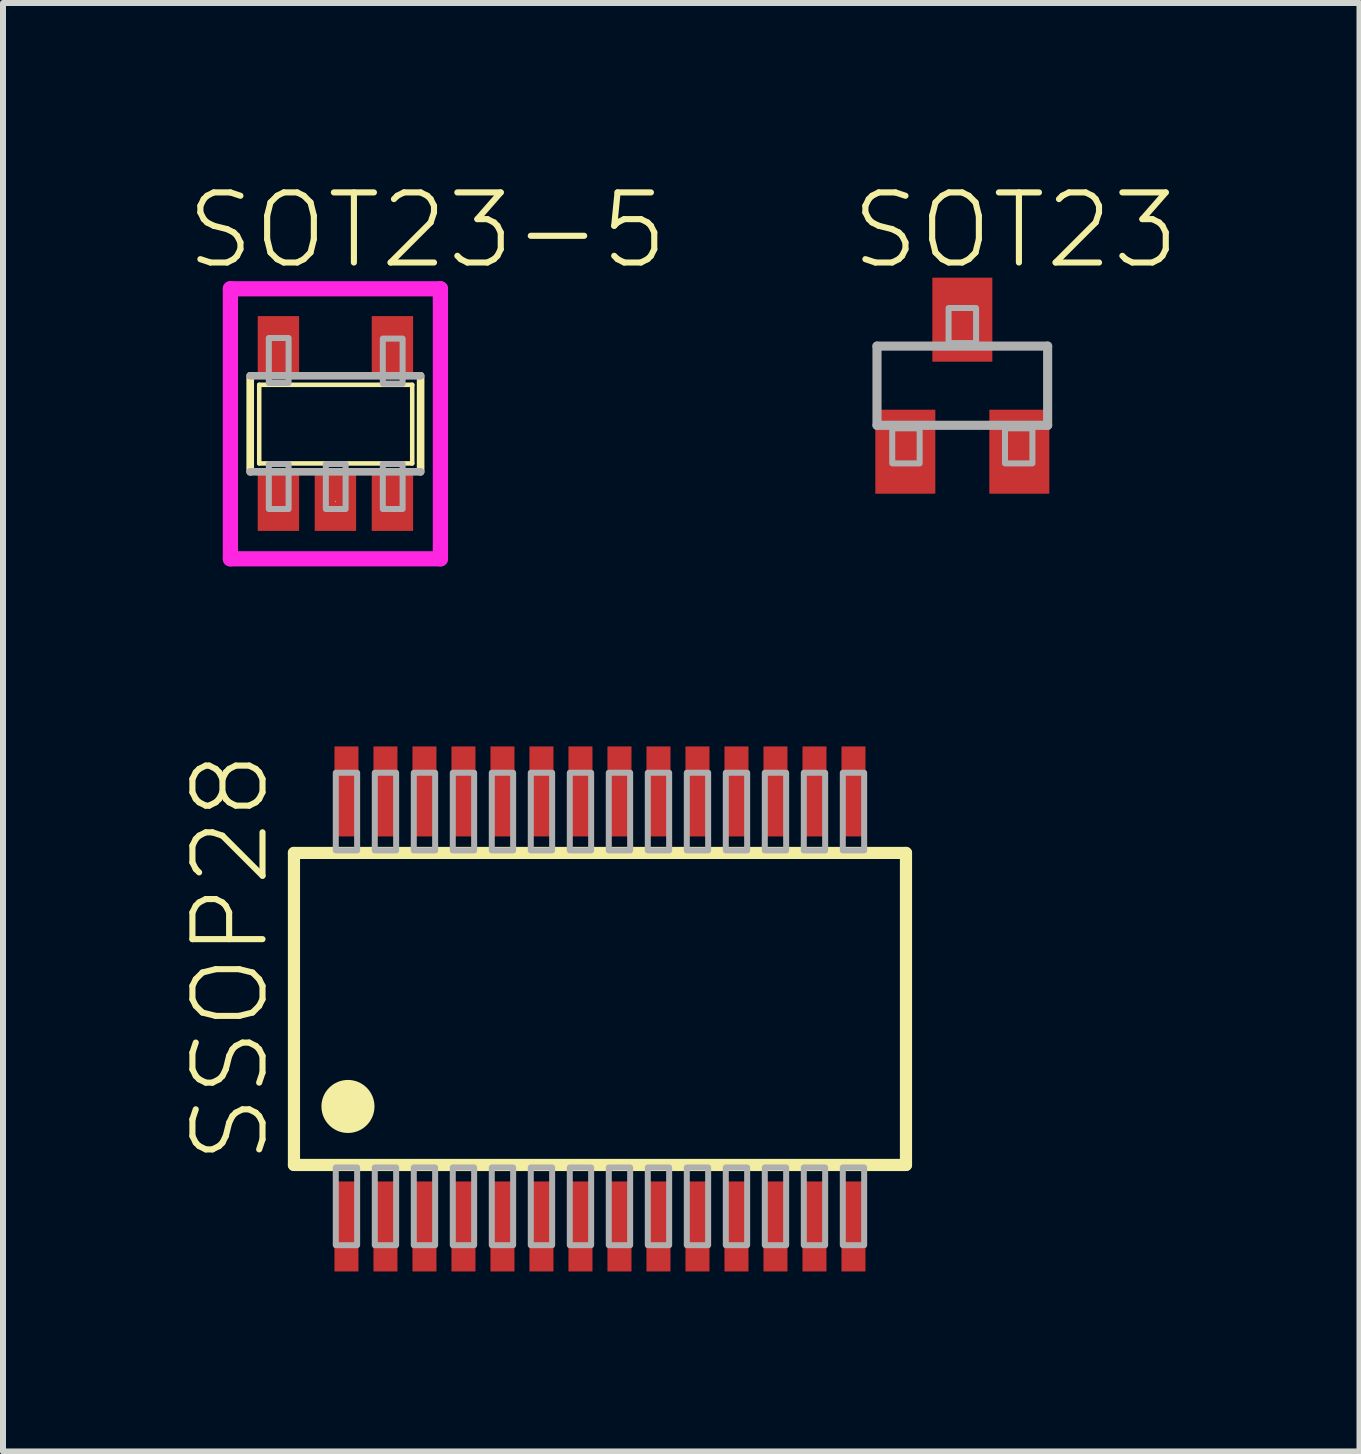
<source format=kicad_pcb>
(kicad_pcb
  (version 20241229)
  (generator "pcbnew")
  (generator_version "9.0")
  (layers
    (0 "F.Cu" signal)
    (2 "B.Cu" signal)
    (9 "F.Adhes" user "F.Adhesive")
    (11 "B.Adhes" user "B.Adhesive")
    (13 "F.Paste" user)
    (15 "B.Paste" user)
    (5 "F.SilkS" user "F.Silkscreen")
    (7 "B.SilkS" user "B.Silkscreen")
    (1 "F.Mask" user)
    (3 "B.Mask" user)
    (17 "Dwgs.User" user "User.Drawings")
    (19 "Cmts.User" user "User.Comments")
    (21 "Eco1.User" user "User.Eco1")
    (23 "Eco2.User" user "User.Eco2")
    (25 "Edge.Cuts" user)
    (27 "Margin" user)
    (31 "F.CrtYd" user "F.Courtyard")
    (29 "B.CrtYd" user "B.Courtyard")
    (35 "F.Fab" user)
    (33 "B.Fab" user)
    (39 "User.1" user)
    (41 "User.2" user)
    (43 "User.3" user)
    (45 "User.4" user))
  (footprint "SOT23-5"
    (layer "F.Cu")
    (at 2.54 4.013)
    (property "Reference" "SOT23-5" (at -2.54 -2.54 0) (layer "F.SilkS") (effects (font (size 1.168 1.168) (thickness 0.102)) (justify left bottom)))
    (fp_line (start -1.42 0.8) (end -1.42 -0.8) (stroke (width 0.127) (type solid)) (layer "F.SilkS"))
    (fp_line (start -1.27 -0.65) (end 1.28 -0.65) (stroke (width 0.075) (type solid)) (layer "F.SilkS"))
    (fp_line (start -1.27 0.66) (end -1.27 -0.65) (stroke (width 0.075) (type solid)) (layer "F.SilkS"))
    (fp_line (start 0 1.29) (end 0 1.3) (stroke (width 0.01) (type solid)) (layer "F.SilkS"))
    (fp_line (start 1.28 -0.65) (end 1.28 0.66) (stroke (width 0.075) (type solid)) (layer "F.SilkS"))
    (fp_line (start 1.28 0.66) (end -1.27 0.66) (stroke (width 0.075) (type solid)) (layer "F.SilkS"))
    (fp_line (start 1.42 -0.8) (end 1.42 0.8) (stroke (width 0.127) (type solid)) (layer "F.SilkS"))
    (fp_line (start -1.75 -2.25) (end 1.75 -2.25) (stroke (width 0.254) (type solid)) (layer "F.CrtYd"))
    (fp_line (start -1.75 2.25) (end -1.75 -2.25) (stroke (width 0.254) (type solid)) (layer "F.CrtYd"))
    (fp_line (start 1.75 -2.25) (end 1.75 2.25) (stroke (width 0.254) (type solid)) (layer "F.CrtYd"))
    (fp_line (start 1.75 2.25) (end -1.75 2.25) (stroke (width 0.254) (type solid)) (layer "F.CrtYd"))
    (fp_line (start -1.42 -0.8) (end 1.42 -0.8) (stroke (width 0.127) (type solid)) (layer "F.Fab"))
    (fp_line (start 1.42 0.8) (end -1.42 0.8) (stroke (width 0.127) (type solid)) (layer "F.Fab"))
    (fp_poly (pts (xy -1.11 -0.68) (xy -0.78 -0.68) (xy -0.78 -1.43) (xy -1.11 -1.43)) (stroke (width 0.1) (type solid)) (fill no) (layer "F.Fab"))
    (fp_poly (pts (xy -1.11 1.42) (xy -0.78 1.42) (xy -0.78 0.67) (xy -1.11 0.67)) (stroke (width 0.1) (type solid)) (fill no) (layer "F.Fab"))
    (fp_poly (pts (xy -0.16 1.42) (xy 0.17 1.42) (xy 0.17 0.67) (xy -0.16 0.67)) (stroke (width 0.1) (type solid)) (fill no) (layer "F.Fab"))
    (fp_poly (pts (xy 0.79 -0.67) (xy 1.12 -0.67) (xy 1.12 -1.42) (xy 0.79 -1.42)) (stroke (width 0.1) (type solid)) (fill no) (layer "F.Fab"))
    (fp_poly (pts (xy 0.79 1.42) (xy 1.12 1.42) (xy 1.12 0.67) (xy 0.79 0.67)) (stroke (width 0.1) (type solid)) (fill no) (layer "F.Fab"))
    (pad "1" smd rect (at -0.95 1.29) (size 0.69 0.99) (layers "F.Cu" "F.Mask" "F.Paste"))
    (pad "2" smd rect (at 0 1.29) (size 0.69 0.99) (layers "F.Cu" "F.Mask" "F.Paste"))
    (pad "3" smd rect (at 0.95 1.29) (size 0.69 0.99) (layers "F.Cu" "F.Mask" "F.Paste"))
    (pad "4" smd rect (at 0.95 -1.3) (size 0.69 0.99) (layers "F.Cu" "F.Mask" "F.Paste"))
    (pad "5" smd rect (at -0.95 -1.3) (size 0.69 0.99) (layers "F.Cu" "F.Mask" "F.Paste")))
  (footprint "SOT23"
    (layer "F.Cu")
    (at 12.988 3.378)
    (property "Reference" "SOT23" (at -1.905 -1.905 0) (layer "F.SilkS") (effects (font (size 1.168 1.168) (thickness 0.102)) (justify left bottom)))
    (fp_line (start -1.422 -0.66) (end 1.422 -0.66) (stroke (width 0.152) (type solid)) (layer "F.Fab"))
    (fp_line (start -1.422 0.66) (end -1.422 -0.66) (stroke (width 0.152) (type solid)) (layer "F.Fab"))
    (fp_line (start 1.422 -0.66) (end 1.422 0.66) (stroke (width 0.152) (type solid)) (layer "F.Fab"))
    (fp_line (start 1.422 0.66) (end -1.422 0.66) (stroke (width 0.152) (type solid)) (layer "F.Fab"))
    (fp_poly (pts (xy -1.168 1.295) (xy -0.711 1.295) (xy -0.711 0.711) (xy -1.168 0.711)) (stroke (width 0.1) (type solid)) (fill no) (layer "F.Fab"))
    (fp_poly (pts (xy -0.229 -0.711) (xy 0.229 -0.711) (xy 0.229 -1.295) (xy -0.229 -1.295)) (stroke (width 0.1) (type solid)) (fill no) (layer "F.Fab"))
    (fp_poly (pts (xy 0.711 1.295) (xy 1.168 1.295) (xy 1.168 0.711) (xy 0.711 0.711)) (stroke (width 0.1) (type solid)) (fill no) (layer "F.Fab"))
    (pad "1" smd rect (at -0.95 1.1) (size 1 1.4) (layers "F.Cu" "F.Mask" "F.Paste"))
    (pad "2" smd rect (at 0.95 1.1) (size 1 1.4) (layers "F.Cu" "F.Mask" "F.Paste"))
    (pad "3" smd rect (at 0 -1.1) (size 1 1.4) (layers "F.Cu" "F.Mask" "F.Paste")))
  (footprint "SSOP28"
    (layer "F.Cu")
    (at 6.949 13.765)
    (property "Reference" "SSOP28" (at -5.476 2.63 90) (layer "F.SilkS") (effects (font (size 1.168 1.168) (thickness 0.102)) (justify left bottom)))
    (fp_line (start -5.1 -2.6) (end -5.1 2.6) (stroke (width 0.203) (type solid)) (layer "F.SilkS"))
    (fp_line (start -5.1 2.6) (end 5.1 2.6) (stroke (width 0.203) (type solid)) (layer "F.SilkS"))
    (fp_line (start 5.1 -2.6) (end -5.1 -2.6) (stroke (width 0.203) (type solid)) (layer "F.SilkS"))
    (fp_line (start 5.1 2.6) (end 5.1 -2.6) (stroke (width 0.203) (type solid)) (layer "F.SilkS"))
    (fp_circle (center -4.2 1.625) (end -3.979 1.625) (stroke (width 0.442) (type solid)) (fill yes) (layer "F.SilkS"))
    (fp_poly (pts (xy -4.403 -2.642) (xy -4.047 -2.642) (xy -4.047 -3.937) (xy -4.403 -3.937)) (stroke (width 0.1) (type solid)) (fill no) (layer "F.Fab"))
    (fp_poly (pts (xy -4.403 3.937) (xy -4.047 3.937) (xy -4.047 2.642) (xy -4.403 2.642)) (stroke (width 0.1) (type solid)) (fill no) (layer "F.Fab"))
    (fp_poly (pts (xy -3.753 -2.642) (xy -3.397 -2.642) (xy -3.397 -3.937) (xy -3.753 -3.937)) (stroke (width 0.1) (type solid)) (fill no) (layer "F.Fab"))
    (fp_poly (pts (xy -3.753 3.937) (xy -3.397 3.937) (xy -3.397 2.642) (xy -3.753 2.642)) (stroke (width 0.1) (type solid)) (fill no) (layer "F.Fab"))
    (fp_poly (pts (xy -3.103 -2.642) (xy -2.747 -2.642) (xy -2.747 -3.937) (xy -3.103 -3.937)) (stroke (width 0.1) (type solid)) (fill no) (layer "F.Fab"))
    (fp_poly (pts (xy -3.103 3.937) (xy -2.747 3.937) (xy -2.747 2.642) (xy -3.103 2.642)) (stroke (width 0.1) (type solid)) (fill no) (layer "F.Fab"))
    (fp_poly (pts (xy -2.453 -2.642) (xy -2.097 -2.642) (xy -2.097 -3.937) (xy -2.453 -3.937)) (stroke (width 0.1) (type solid)) (fill no) (layer "F.Fab"))
    (fp_poly (pts (xy -2.453 3.937) (xy -2.097 3.937) (xy -2.097 2.642) (xy -2.453 2.642)) (stroke (width 0.1) (type solid)) (fill no) (layer "F.Fab"))
    (fp_poly (pts (xy -1.803 -2.642) (xy -1.447 -2.642) (xy -1.447 -3.937) (xy -1.803 -3.937)) (stroke (width 0.1) (type solid)) (fill no) (layer "F.Fab"))
    (fp_poly (pts (xy -1.803 3.937) (xy -1.447 3.937) (xy -1.447 2.642) (xy -1.803 2.642)) (stroke (width 0.1) (type solid)) (fill no) (layer "F.Fab"))
    (fp_poly (pts (xy -1.153 -2.642) (xy -0.797 -2.642) (xy -0.797 -3.937) (xy -1.153 -3.937)) (stroke (width 0.1) (type solid)) (fill no) (layer "F.Fab"))
    (fp_poly (pts (xy -1.153 3.937) (xy -0.797 3.937) (xy -0.797 2.642) (xy -1.153 2.642)) (stroke (width 0.1) (type solid)) (fill no) (layer "F.Fab"))
    (fp_poly (pts (xy -0.503 -2.642) (xy -0.147 -2.642) (xy -0.147 -3.937) (xy -0.503 -3.937)) (stroke (width 0.1) (type solid)) (fill no) (layer "F.Fab"))
    (fp_poly (pts (xy -0.503 3.937) (xy -0.147 3.937) (xy -0.147 2.642) (xy -0.503 2.642)) (stroke (width 0.1) (type solid)) (fill no) (layer "F.Fab"))
    (fp_poly (pts (xy 0.147 -2.642) (xy 0.503 -2.642) (xy 0.503 -3.937) (xy 0.147 -3.937)) (stroke (width 0.1) (type solid)) (fill no) (layer "F.Fab"))
    (fp_poly (pts (xy 0.147 3.937) (xy 0.503 3.937) (xy 0.503 2.642) (xy 0.147 2.642)) (stroke (width 0.1) (type solid)) (fill no) (layer "F.Fab"))
    (fp_poly (pts (xy 0.797 -2.642) (xy 1.153 -2.642) (xy 1.153 -3.937) (xy 0.797 -3.937)) (stroke (width 0.1) (type solid)) (fill no) (layer "F.Fab"))
    (fp_poly (pts (xy 0.797 3.937) (xy 1.153 3.937) (xy 1.153 2.642) (xy 0.797 2.642)) (stroke (width 0.1) (type solid)) (fill no) (layer "F.Fab"))
    (fp_poly (pts (xy 1.447 -2.642) (xy 1.803 -2.642) (xy 1.803 -3.937) (xy 1.447 -3.937)) (stroke (width 0.1) (type solid)) (fill no) (layer "F.Fab"))
    (fp_poly (pts (xy 1.447 3.937) (xy 1.803 3.937) (xy 1.803 2.642) (xy 1.447 2.642)) (stroke (width 0.1) (type solid)) (fill no) (layer "F.Fab"))
    (fp_poly (pts (xy 2.097 -2.642) (xy 2.453 -2.642) (xy 2.453 -3.937) (xy 2.097 -3.937)) (stroke (width 0.1) (type solid)) (fill no) (layer "F.Fab"))
    (fp_poly (pts (xy 2.097 3.937) (xy 2.453 3.937) (xy 2.453 2.642) (xy 2.097 2.642)) (stroke (width 0.1) (type solid)) (fill no) (layer "F.Fab"))
    (fp_poly (pts (xy 2.747 -2.642) (xy 3.103 -2.642) (xy 3.103 -3.937) (xy 2.747 -3.937)) (stroke (width 0.1) (type solid)) (fill no) (layer "F.Fab"))
    (fp_poly (pts (xy 2.747 3.937) (xy 3.103 3.937) (xy 3.103 2.642) (xy 2.747 2.642)) (stroke (width 0.1) (type solid)) (fill no) (layer "F.Fab"))
    (fp_poly (pts (xy 3.397 -2.642) (xy 3.753 -2.642) (xy 3.753 -3.937) (xy 3.397 -3.937)) (stroke (width 0.1) (type solid)) (fill no) (layer "F.Fab"))
    (fp_poly (pts (xy 3.397 3.937) (xy 3.753 3.937) (xy 3.753 2.642) (xy 3.397 2.642)) (stroke (width 0.1) (type solid)) (fill no) (layer "F.Fab"))
    (fp_poly (pts (xy 4.047 -2.642) (xy 4.403 -2.642) (xy 4.403 -3.937) (xy 4.047 -3.937)) (stroke (width 0.1) (type solid)) (fill no) (layer "F.Fab"))
    (fp_poly (pts (xy 4.047 3.937) (xy 4.403 3.937) (xy 4.403 2.642) (xy 4.047 2.642)) (stroke (width 0.1) (type solid)) (fill no) (layer "F.Fab"))
    (pad "1" smd rect (at -4.225 3.625) (size 0.4 1.5) (layers "F.Cu" "F.Mask" "F.Paste"))
    (pad "2" smd rect (at -3.575 3.625) (size 0.4 1.5) (layers "F.Cu" "F.Mask" "F.Paste"))
    (pad "3" smd rect (at -2.925 3.625) (size 0.4 1.5) (layers "F.Cu" "F.Mask" "F.Paste"))
    (pad "4" smd rect (at -2.275 3.625) (size 0.4 1.5) (layers "F.Cu" "F.Mask" "F.Paste"))
    (pad "5" smd rect (at -1.625 3.625) (size 0.4 1.5) (layers "F.Cu" "F.Mask" "F.Paste"))
    (pad "6" smd rect (at -0.975 3.625) (size 0.4 1.5) (layers "F.Cu" "F.Mask" "F.Paste"))
    (pad "7" smd rect (at -0.325 3.625) (size 0.4 1.5) (layers "F.Cu" "F.Mask" "F.Paste"))
    (pad "8" smd rect (at 0.325 3.625) (size 0.4 1.5) (layers "F.Cu" "F.Mask" "F.Paste"))
    (pad "9" smd rect (at 0.975 3.625) (size 0.4 1.5) (layers "F.Cu" "F.Mask" "F.Paste"))
    (pad "10" smd rect (at 1.625 3.625) (size 0.4 1.5) (layers "F.Cu" "F.Mask" "F.Paste"))
    (pad "11" smd rect (at 2.275 3.625) (size 0.4 1.5) (layers "F.Cu" "F.Mask" "F.Paste"))
    (pad "12" smd rect (at 2.925 3.625) (size 0.4 1.5) (layers "F.Cu" "F.Mask" "F.Paste"))
    (pad "13" smd rect (at 3.575 3.625) (size 0.4 1.5) (layers "F.Cu" "F.Mask" "F.Paste"))
    (pad "14" smd rect (at 4.225 3.625) (size 0.4 1.5) (layers "F.Cu" "F.Mask" "F.Paste"))
    (pad "15" smd rect (at 4.225 -3.625) (size 0.4 1.5) (layers "F.Cu" "F.Mask" "F.Paste"))
    (pad "16" smd rect (at 3.575 -3.625) (size 0.4 1.5) (layers "F.Cu" "F.Mask" "F.Paste"))
    (pad "17" smd rect (at 2.925 -3.625) (size 0.4 1.5) (layers "F.Cu" "F.Mask" "F.Paste"))
    (pad "18" smd rect (at 2.275 -3.625) (size 0.4 1.5) (layers "F.Cu" "F.Mask" "F.Paste"))
    (pad "19" smd rect (at 1.625 -3.625) (size 0.4 1.5) (layers "F.Cu" "F.Mask" "F.Paste"))
    (pad "20" smd rect (at 0.975 -3.625) (size 0.4 1.5) (layers "F.Cu" "F.Mask" "F.Paste"))
    (pad "21" smd rect (at 0.325 -3.625) (size 0.4 1.5) (layers "F.Cu" "F.Mask" "F.Paste"))
    (pad "22" smd rect (at -0.325 -3.625) (size 0.4 1.5) (layers "F.Cu" "F.Mask" "F.Paste"))
    (pad "23" smd rect (at -0.975 -3.625) (size 0.4 1.5) (layers "F.Cu" "F.Mask" "F.Paste"))
    (pad "24" smd rect (at -1.625 -3.625) (size 0.4 1.5) (layers "F.Cu" "F.Mask" "F.Paste"))
    (pad "25" smd rect (at -2.275 -3.625) (size 0.4 1.5) (layers "F.Cu" "F.Mask" "F.Paste"))
    (pad "26" smd rect (at -2.925 -3.625) (size 0.4 1.5) (layers "F.Cu" "F.Mask" "F.Paste"))
    (pad "27" smd rect (at -3.575 -3.625) (size 0.4 1.5) (layers "F.Cu" "F.Mask" "F.Paste"))
    (pad "28" smd rect (at -4.225 -3.625) (size 0.4 1.5) (layers "F.Cu" "F.Mask" "F.Paste")))
  (gr_rect
    (start -3 -3)
    (end 19.607 21.14)
    (stroke (width 0.1) (type default))
    (fill no)
    (layer "Edge.Cuts")))
</source>
